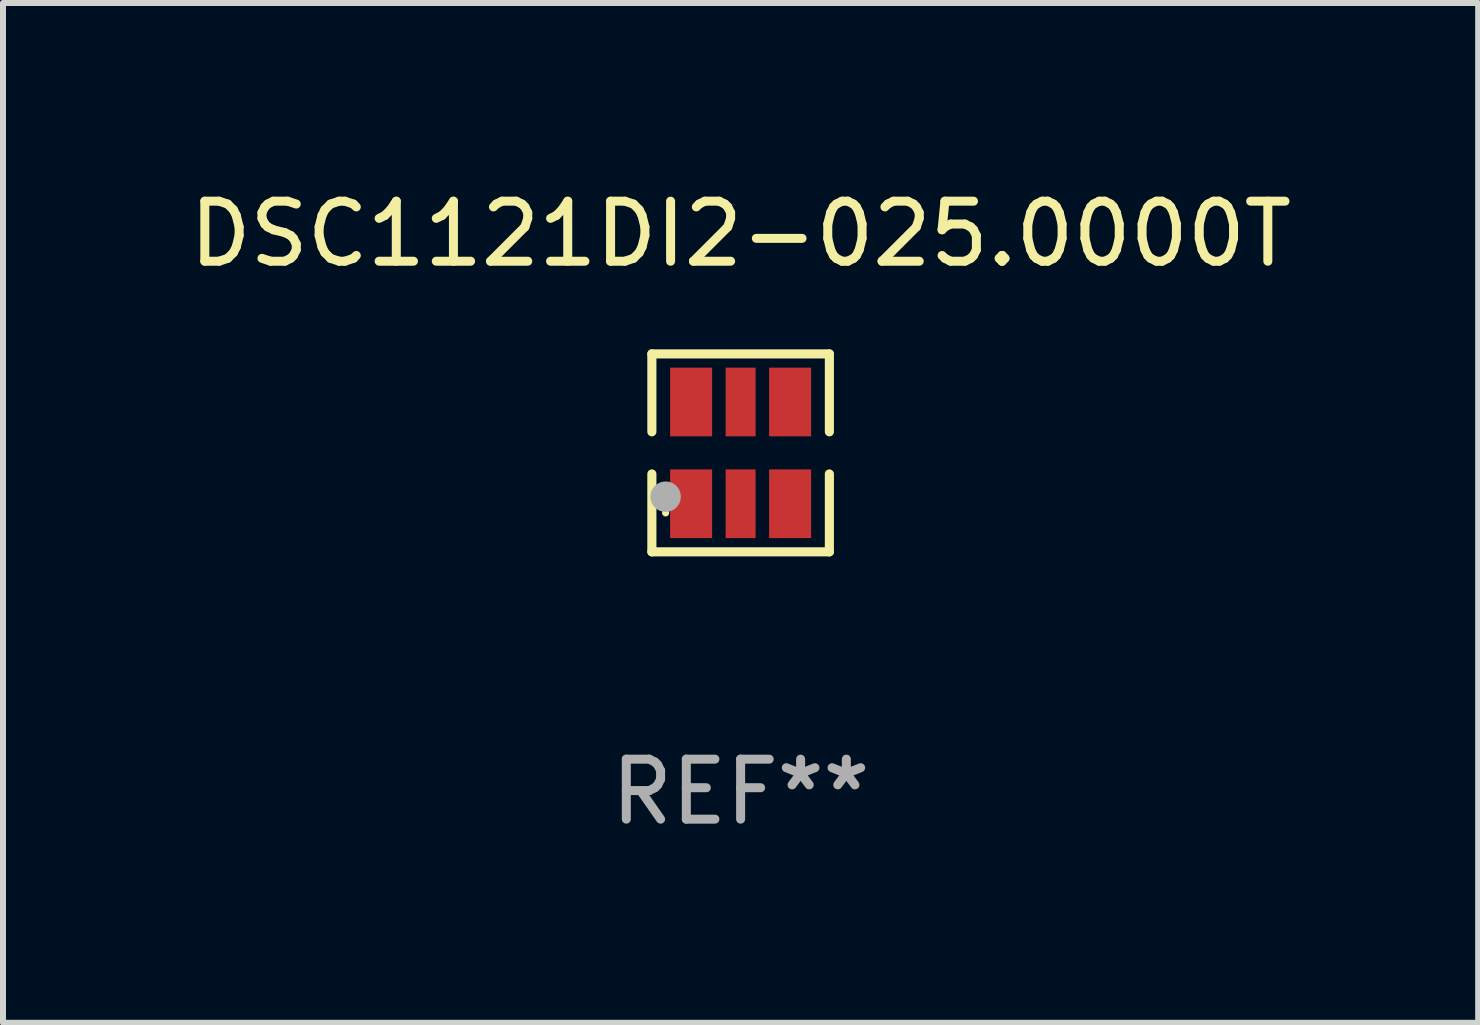
<source format=kicad_pcb>
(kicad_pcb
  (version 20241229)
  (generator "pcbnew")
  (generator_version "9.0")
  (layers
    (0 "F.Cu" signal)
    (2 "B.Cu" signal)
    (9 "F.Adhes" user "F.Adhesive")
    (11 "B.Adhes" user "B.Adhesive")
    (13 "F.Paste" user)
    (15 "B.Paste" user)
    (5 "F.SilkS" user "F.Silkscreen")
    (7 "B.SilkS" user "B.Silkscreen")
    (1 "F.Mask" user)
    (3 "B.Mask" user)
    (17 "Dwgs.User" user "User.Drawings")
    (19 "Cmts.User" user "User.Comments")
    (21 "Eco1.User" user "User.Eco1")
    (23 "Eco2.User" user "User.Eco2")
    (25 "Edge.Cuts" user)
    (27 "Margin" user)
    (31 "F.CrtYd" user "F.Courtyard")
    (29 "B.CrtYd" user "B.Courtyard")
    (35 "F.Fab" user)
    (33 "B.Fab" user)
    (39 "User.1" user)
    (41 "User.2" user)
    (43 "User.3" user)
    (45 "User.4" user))
  (footprint "DSC1121DI2-025.0000T"
    (layer "F.Cu")
    (at 9.292 4.497)
    (property "Reference" "DSC1121DI2-025.0000T" (at 0 -3.649 0) (layer "F.SilkS") (effects (font (size 1 1) (thickness 0.15))))
    (attr through_hole)
    (fp_line (start -1.479 -1.649) (end 1.479 -1.649) (stroke (width 0.152) (type solid)) (layer "F.SilkS"))
    (fp_line (start -1.479 -0.351) (end -1.479 -1.649) (stroke (width 0.152) (type solid)) (layer "F.SilkS"))
    (fp_line (start -1.479 0.351) (end -1.479 1.649) (stroke (width 0.152) (type solid)) (layer "F.SilkS"))
    (fp_line (start -1.479 1.649) (end 1.479 1.649) (stroke (width 0.152) (type solid)) (layer "F.SilkS"))
    (fp_line (start 1.479 -1.649) (end 1.479 -0.351) (stroke (width 0.152) (type solid)) (layer "F.SilkS"))
    (fp_line (start 1.479 1.649) (end 1.479 0.351) (stroke (width 0.152) (type solid)) (layer "F.SilkS"))
    (fp_circle (center -1.25 1) (end -1.22 1) (stroke (width 0.06) (type solid)) (fill no) (layer "F.SilkS"))
    (fp_circle (center -1.25 0.73) (end -1.123 0.73) (stroke (width 0.254) (type solid)) (fill no) (layer "F.Fab"))
    (fp_text user "REF**" (at 0 5.649 0) (layer "F.Fab") (effects (font (size 1 1) (thickness 0.15))))
    (pad "1" smd rect (at -0.825 0.848) (size 0.7 1.145) (layers "F.Cu" "F.Mask" "F.Paste"))
    (pad "2" smd rect (at -0.000013 0.848) (size 0.5 1.145) (layers "F.Cu" "F.Mask" "F.Paste"))
    (pad "3" smd rect (at 0.825 0.848) (size 0.7 1.145) (layers "F.Cu" "F.Mask" "F.Paste"))
    (pad "4" smd rect (at 0.825 -0.848) (size 0.7 1.145) (layers "F.Cu" "F.Mask" "F.Paste"))
    (pad "5" smd rect (at -0.000013 -0.848) (size 0.5 1.145) (layers "F.Cu" "F.Mask" "F.Paste"))
    (pad "6" smd rect (at -0.825 -0.848) (size 0.7 1.145) (layers "F.Cu" "F.Mask" "F.Paste")))
  (gr_rect
    (start -3 -3)
    (end 21.583 13.994)
    (stroke (width 0.1) (type default))
    (fill no)
    (layer "Edge.Cuts")))
</source>
